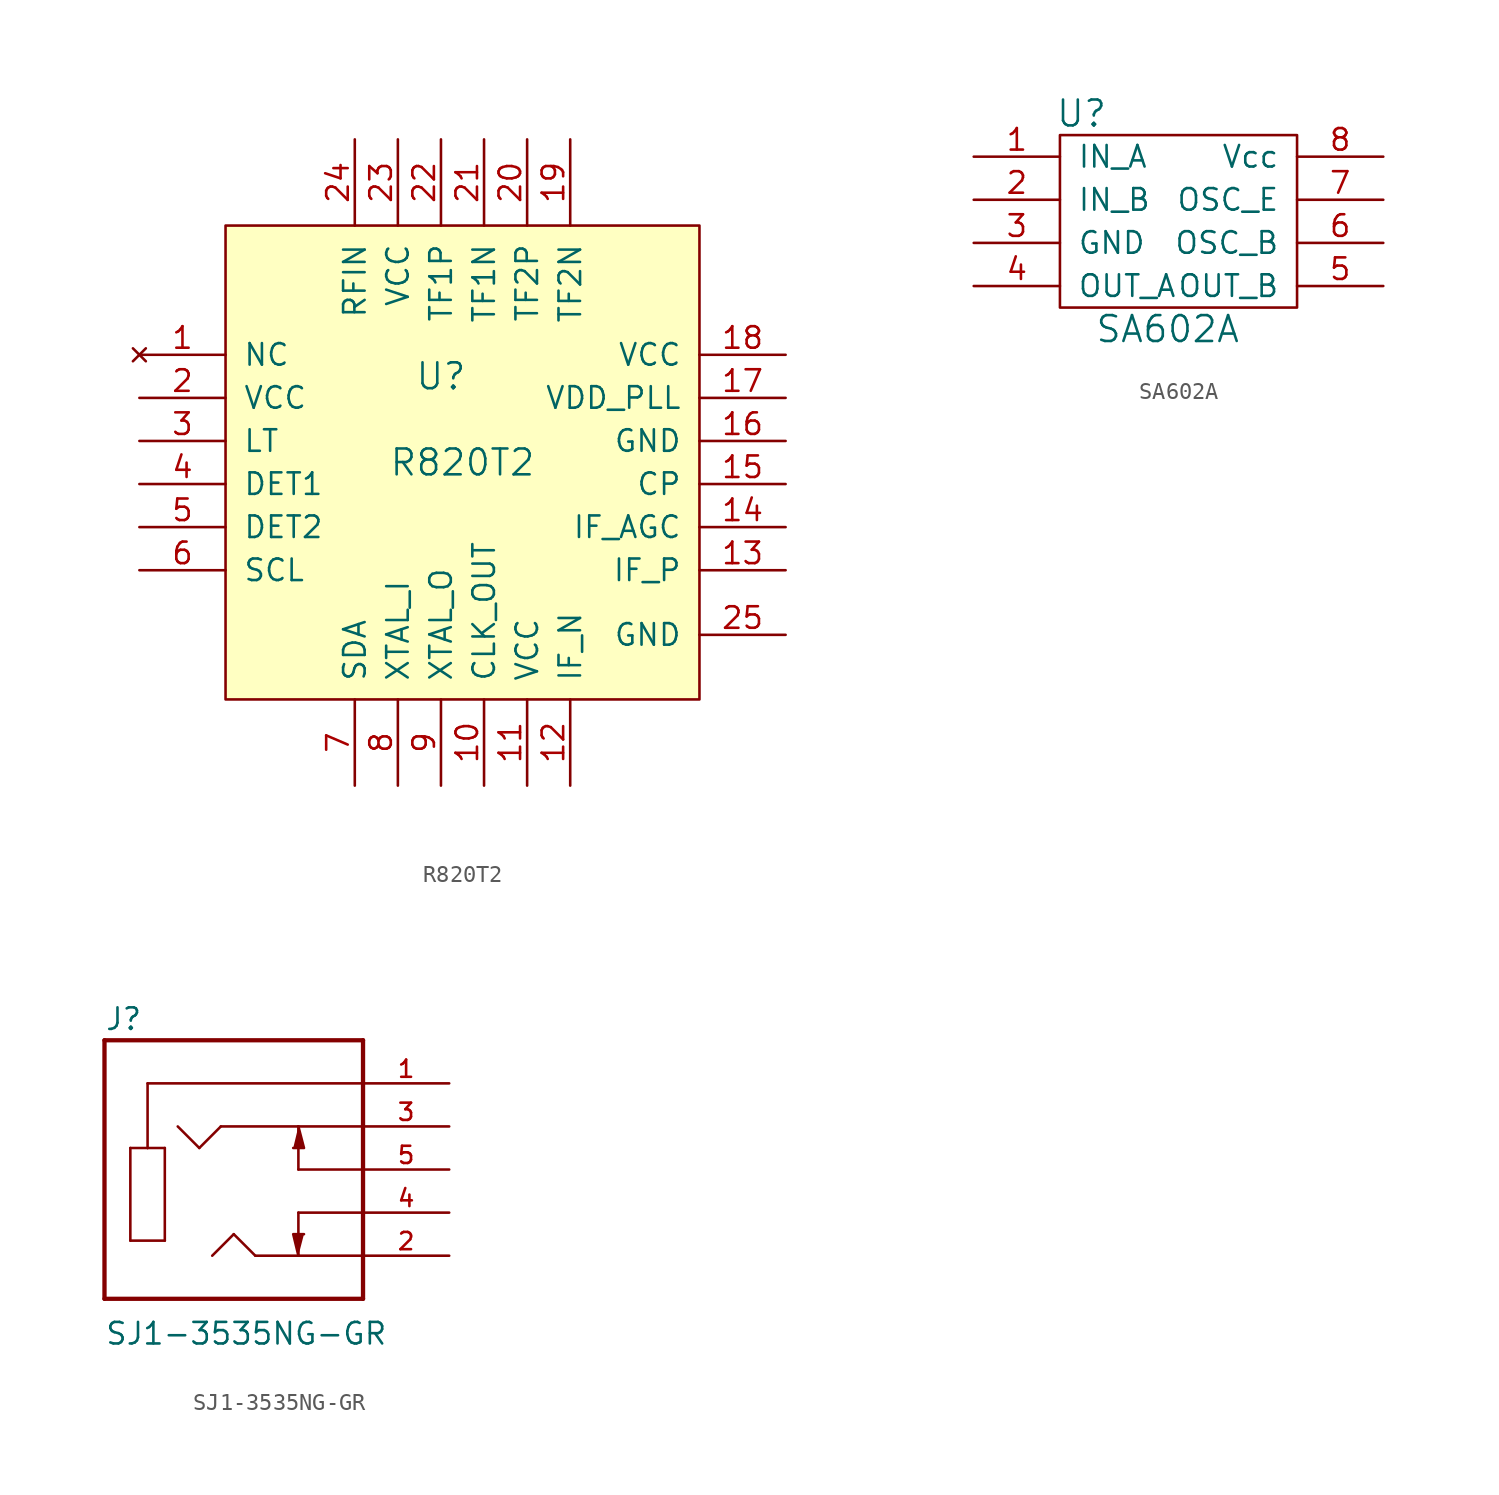
<source format=kicad_sym>
(kicad_symbol_lib
  (version 20211014)
  (generator kicad_symbol_editor)
  (symbol "R820T2"
    (pin_names
      (offset 1.016))
    (property "Reference" "U"
      (at -1.27 5.08 0)
      (effects (font (size 1.524 1.524))))
    (property "Value" "R820T2"
      (at 0 0 0)
      (effects (font (size 1.524 1.524))))
    (property "Footprint" ""
      (at 0 0 0)
      (effects (font (size 1.524 1.524))))
    (property "Datasheet" ""
      (at 0 0 0)
      (effects (font (size 1.524 1.524))))
    (symbol "R820T2_0_1"
      (rectangle (start -13.97 13.97) (end 13.97 -13.97) (stroke (width 0) (type default) (color 0 0 0 0)) (fill (type background))))
    (symbol "R820T2_1_1"
      (pin no_connect line (at -19.05 6.35 0) (length 5.08) (name "NC" (effects (font (size 1.27 1.27)))) (number "1" (effects (font (size 1.27 1.27)))))
      (pin output line (at 1.27 -19.05 90) (length 5.08) (name "CLK_OUT" (effects (font (size 1.27 1.27)))) (number "10" (effects (font (size 1.27 1.27)))))
      (pin power_in line (at 3.81 -19.05 90) (length 5.08) (name "VCC" (effects (font (size 1.27 1.27)))) (number "11" (effects (font (size 1.27 1.27)))))
      (pin output line (at 6.35 -19.05 90) (length 5.08) (name "IF_N" (effects (font (size 1.27 1.27)))) (number "12" (effects (font (size 1.27 1.27)))))
      (pin output line (at 19.05 -6.35 180) (length 5.08) (name "IF_P" (effects (font (size 1.27 1.27)))) (number "13" (effects (font (size 1.27 1.27)))))
      (pin input line (at 19.05 -3.81 180) (length 5.08) (name "IF_AGC" (effects (font (size 1.27 1.27)))) (number "14" (effects (font (size 1.27 1.27)))))
      (pin passive line (at 19.05 -1.27 180) (length 5.08) (name "CP" (effects (font (size 1.27 1.27)))) (number "15" (effects (font (size 1.27 1.27)))))
      (pin power_in line (at 19.05 1.27 180) (length 5.08) (name "GND" (effects (font (size 1.27 1.27)))) (number "16" (effects (font (size 1.27 1.27)))))
      (pin passive line (at 19.05 3.81 180) (length 5.08) (name "VDD_PLL" (effects (font (size 1.27 1.27)))) (number "17" (effects (font (size 1.27 1.27)))))
      (pin power_in line (at 19.05 6.35 180) (length 5.08) (name "VCC" (effects (font (size 1.27 1.27)))) (number "18" (effects (font (size 1.27 1.27)))))
      (pin passive line (at 6.35 19.05 270) (length 5.08) (name "TF2N" (effects (font (size 1.27 1.27)))) (number "19" (effects (font (size 1.27 1.27)))))
      (pin power_in line (at -19.05 3.81 0) (length 5.08) (name "VCC" (effects (font (size 1.27 1.27)))) (number "2" (effects (font (size 1.27 1.27)))))
      (pin passive line (at 3.81 19.05 270) (length 5.08) (name "TF2P" (effects (font (size 1.27 1.27)))) (number "20" (effects (font (size 1.27 1.27)))))
      (pin passive line (at 1.27 19.05 270) (length 5.08) (name "TF1N" (effects (font (size 1.27 1.27)))) (number "21" (effects (font (size 1.27 1.27)))))
      (pin passive line (at -1.27 19.05 270) (length 5.08) (name "TF1P" (effects (font (size 1.27 1.27)))) (number "22" (effects (font (size 1.27 1.27)))))
      (pin power_in line (at -3.81 19.05 270) (length 5.08) (name "VCC" (effects (font (size 1.27 1.27)))) (number "23" (effects (font (size 1.27 1.27)))))
      (pin input line (at -6.35 19.05 270) (length 5.08) (name "RFIN" (effects (font (size 1.27 1.27)))) (number "24" (effects (font (size 1.27 1.27)))))
      (pin power_in line (at 19.05 -10.16 180) (length 5.08) (name "GND" (effects (font (size 1.27 1.27)))) (number "25" (effects (font (size 1.27 1.27)))))
      (pin output line (at -19.05 1.27 0) (length 5.08) (name "LT" (effects (font (size 1.27 1.27)))) (number "3" (effects (font (size 1.27 1.27)))))
      (pin passive line (at -19.05 -1.27 0) (length 5.08) (name "DET1" (effects (font (size 1.27 1.27)))) (number "4" (effects (font (size 1.27 1.27)))))
      (pin passive line (at -19.05 -3.81 0) (length 5.08) (name "DET2" (effects (font (size 1.27 1.27)))) (number "5" (effects (font (size 1.27 1.27)))))
      (pin input line (at -19.05 -6.35 0) (length 5.08) (name "SCL" (effects (font (size 1.27 1.27)))) (number "6" (effects (font (size 1.27 1.27)))))
      (pin bidirectional line (at -6.35 -19.05 90) (length 5.08) (name "SDA" (effects (font (size 1.27 1.27)))) (number "7" (effects (font (size 1.27 1.27)))))
      (pin input line (at -3.81 -19.05 90) (length 5.08) (name "XTAL_I" (effects (font (size 1.27 1.27)))) (number "8" (effects (font (size 1.27 1.27)))))
      (pin output line (at -1.27 -19.05 90) (length 5.08) (name "XTAL_O" (effects (font (size 1.27 1.27)))) (number "9" (effects (font (size 1.27 1.27)))))))
  (symbol "SA602A"
    (pin_names
      (offset 1.016))
    (property "Reference" "U"
      (at -5.08 6.35 0)
      (effects (font (size 1.524 1.524))))
    (property "Value" "SA602A"
      (at 0 -6.35 0)
      (effects (font (size 1.524 1.524))))
    (property "Footprint" ""
      (at 0 -1.27 0)
      (effects (font (size 1.524 1.524))))
    (property "Datasheet" ""
      (at 0 -1.27 0)
      (effects (font (size 1.524 1.524))))
    (symbol "SA602A_0_1"
      (rectangle (start -6.35 5.08) (end 7.62 -5.08) (stroke (width 0) (type default) (color 0 0 0 0)) (fill (type none))))
    (symbol "SA602A_1_1"
      (pin input line (at -11.43 3.81 0) (length 5.08) (name "IN_A" (effects (font (size 1.27 1.27)))) (number "1" (effects (font (size 1.27 1.27)))))
      (pin input line (at -11.43 1.27 0) (length 5.08) (name "IN_B" (effects (font (size 1.27 1.27)))) (number "2" (effects (font (size 1.27 1.27)))))
      (pin input line (at -11.43 -1.27 0) (length 5.08) (name "GND" (effects (font (size 1.27 1.27)))) (number "3" (effects (font (size 1.27 1.27)))))
      (pin input line (at -11.43 -3.81 0) (length 5.08) (name "OUT_A" (effects (font (size 1.27 1.27)))) (number "4" (effects (font (size 1.27 1.27)))))
      (pin input line (at 12.7 -3.81 180) (length 5.08) (name "OUT_B" (effects (font (size 1.27 1.27)))) (number "5" (effects (font (size 1.27 1.27)))))
      (pin input line (at 12.7 -1.27 180) (length 5.08) (name "OSC_B" (effects (font (size 1.27 1.27)))) (number "6" (effects (font (size 1.27 1.27)))))
      (pin input line (at 12.7 1.27 180) (length 5.08) (name "OSC_E" (effects (font (size 1.27 1.27)))) (number "7" (effects (font (size 1.27 1.27)))))
      (pin input line (at 12.7 3.81 180) (length 5.08) (name "Vcc" (effects (font (size 1.27 1.27)))) (number "8" (effects (font (size 1.27 1.27)))))))
  (symbol "SJ1-3535NG-GR"
    (pin_names
      (offset 1.016) hide)
    (property "Reference" "J"
      (at -7.62 8.128 0)
      (effects (font (size 1.27 1.27)) (justify left bottom)))
    (property "Value" "SJ1-3535NG-GR"
      (at -7.62 -10.414 0)
      (effects (font (size 1.27 1.27)) (justify left bottom)))
    (property "ki_locked" ""
      (at 0 0 0)
      (effects (font (size 1.27 1.27))))
    (symbol "SJ1-3535NG-GR_0_0"
      (polyline (pts (xy -7.62 -7.62) (xy -7.62 7.62)) (stroke (width 0.254) (type default) (color 0 0 0 0)) (fill (type none)))
      (polyline (pts (xy -7.62 7.62) (xy 7.62 7.62)) (stroke (width 0.254) (type default) (color 0 0 0 0)) (fill (type none)))
      (polyline (pts (xy -6.096 -4.191) (xy -6.096 1.27)) (stroke (width 0.152) (type default) (color 0 0 0 0)) (fill (type none)))
      (polyline (pts (xy -6.096 1.27) (xy -5.08 1.27)) (stroke (width 0.152) (type default) (color 0 0 0 0)) (fill (type none)))
      (polyline (pts (xy -5.08 1.27) (xy -4.064 1.27)) (stroke (width 0.152) (type default) (color 0 0 0 0)) (fill (type none)))
      (polyline (pts (xy -5.08 5.08) (xy -5.08 1.27)) (stroke (width 0.152) (type default) (color 0 0 0 0)) (fill (type none)))
      (polyline (pts (xy -4.064 -4.191) (xy -6.096 -4.191)) (stroke (width 0.152) (type default) (color 0 0 0 0)) (fill (type none)))
      (polyline (pts (xy -4.064 1.27) (xy -4.064 -4.191)) (stroke (width 0.152) (type default) (color 0 0 0 0)) (fill (type none)))
      (polyline (pts (xy -2.032 1.27) (xy -3.302 2.54)) (stroke (width 0.152) (type default) (color 0 0 0 0)) (fill (type none)))
      (polyline (pts (xy -0.762 2.54) (xy -2.032 1.27)) (stroke (width 0.152) (type default) (color 0 0 0 0)) (fill (type none)))
      (polyline (pts (xy 0 -3.81) (xy -1.27 -5.08)) (stroke (width 0.152) (type default) (color 0 0 0 0)) (fill (type none)))
      (polyline (pts (xy 1.27 -5.08) (xy 0 -3.81)) (stroke (width 0.152) (type default) (color 0 0 0 0)) (fill (type none)))
      (polyline (pts (xy 3.81 -5.08) (xy 1.27 -5.08)) (stroke (width 0.152) (type default) (color 0 0 0 0)) (fill (type none)))
      (polyline (pts (xy 3.81 -5.08) (xy 3.81 -2.54)) (stroke (width 0.152) (type default) (color 0 0 0 0)) (fill (type none)))
      (polyline (pts (xy 3.81 0) (xy 3.81 2.54)) (stroke (width 0.152) (type default) (color 0 0 0 0)) (fill (type none)))
      (polyline (pts (xy 3.81 2.54) (xy -0.762 2.54)) (stroke (width 0.152) (type default) (color 0 0 0 0)) (fill (type none)))
      (polyline (pts (xy 7.62 -7.62) (xy -7.62 -7.62)) (stroke (width 0.254) (type default) (color 0 0 0 0)) (fill (type none)))
      (polyline (pts (xy 7.62 -5.08) (xy 3.81 -5.08)) (stroke (width 0.152) (type default) (color 0 0 0 0)) (fill (type none)))
      (polyline (pts (xy 7.62 -5.08) (xy 7.62 -7.62)) (stroke (width 0.254) (type default) (color 0 0 0 0)) (fill (type none)))
      (polyline (pts (xy 7.62 -2.54) (xy 3.81 -2.54)) (stroke (width 0.152) (type default) (color 0 0 0 0)) (fill (type none)))
      (polyline (pts (xy 7.62 -2.54) (xy 7.62 -5.08)) (stroke (width 0.254) (type default) (color 0 0 0 0)) (fill (type none)))
      (polyline (pts (xy 7.62 0) (xy 3.81 0)) (stroke (width 0.152) (type default) (color 0 0 0 0)) (fill (type none)))
      (polyline (pts (xy 7.62 0) (xy 7.62 -2.54)) (stroke (width 0.254) (type default) (color 0 0 0 0)) (fill (type none)))
      (polyline (pts (xy 7.62 2.54) (xy 3.81 2.54)) (stroke (width 0.152) (type default) (color 0 0 0 0)) (fill (type none)))
      (polyline (pts (xy 7.62 2.54) (xy 7.62 0)) (stroke (width 0.254) (type default) (color 0 0 0 0)) (fill (type none)))
      (polyline (pts (xy 7.62 5.08) (xy -5.08 5.08)) (stroke (width 0.152) (type default) (color 0 0 0 0)) (fill (type none)))
      (polyline (pts (xy 7.62 5.08) (xy 7.62 2.54)) (stroke (width 0.254) (type default) (color 0 0 0 0)) (fill (type none)))
      (polyline (pts (xy 7.62 7.62) (xy 7.62 5.08)) (stroke (width 0.254) (type default) (color 0 0 0 0)) (fill (type none)))
      (polyline (pts (xy 3.81 -5.08) (xy 3.505 -3.81) (xy 4.14 -3.81)) (stroke (width 0.152) (type default) (color 0 0 0 0)) (fill (type outline)))
      (polyline (pts (xy 3.81 2.54) (xy 4.14 1.27) (xy 3.505 1.27)) (stroke (width 0.152) (type default) (color 0 0 0 0)) (fill (type outline)))
      (pin passive line (at 12.7 5.08 180) (length 5.08) (name "1" (effects (font (size 1.016 1.016)))) (number "1" (effects (font (size 1.016 1.016)))))
      (pin passive line (at 12.7 -5.08 180) (length 5.08) (name "2" (effects (font (size 1.016 1.016)))) (number "2" (effects (font (size 1.016 1.016)))))
      (pin passive line (at 12.7 2.54 180) (length 5.08) (name "3" (effects (font (size 1.016 1.016)))) (number "3" (effects (font (size 1.016 1.016)))))
      (pin passive line (at 12.7 -2.54 180) (length 5.08) (name "4" (effects (font (size 1.016 1.016)))) (number "4" (effects (font (size 1.016 1.016)))))
      (pin passive line (at 12.7 0 180) (length 5.08) (name "5" (effects (font (size 1.016 1.016)))) (number "5" (effects (font (size 1.016 1.016))))))))
</source>
